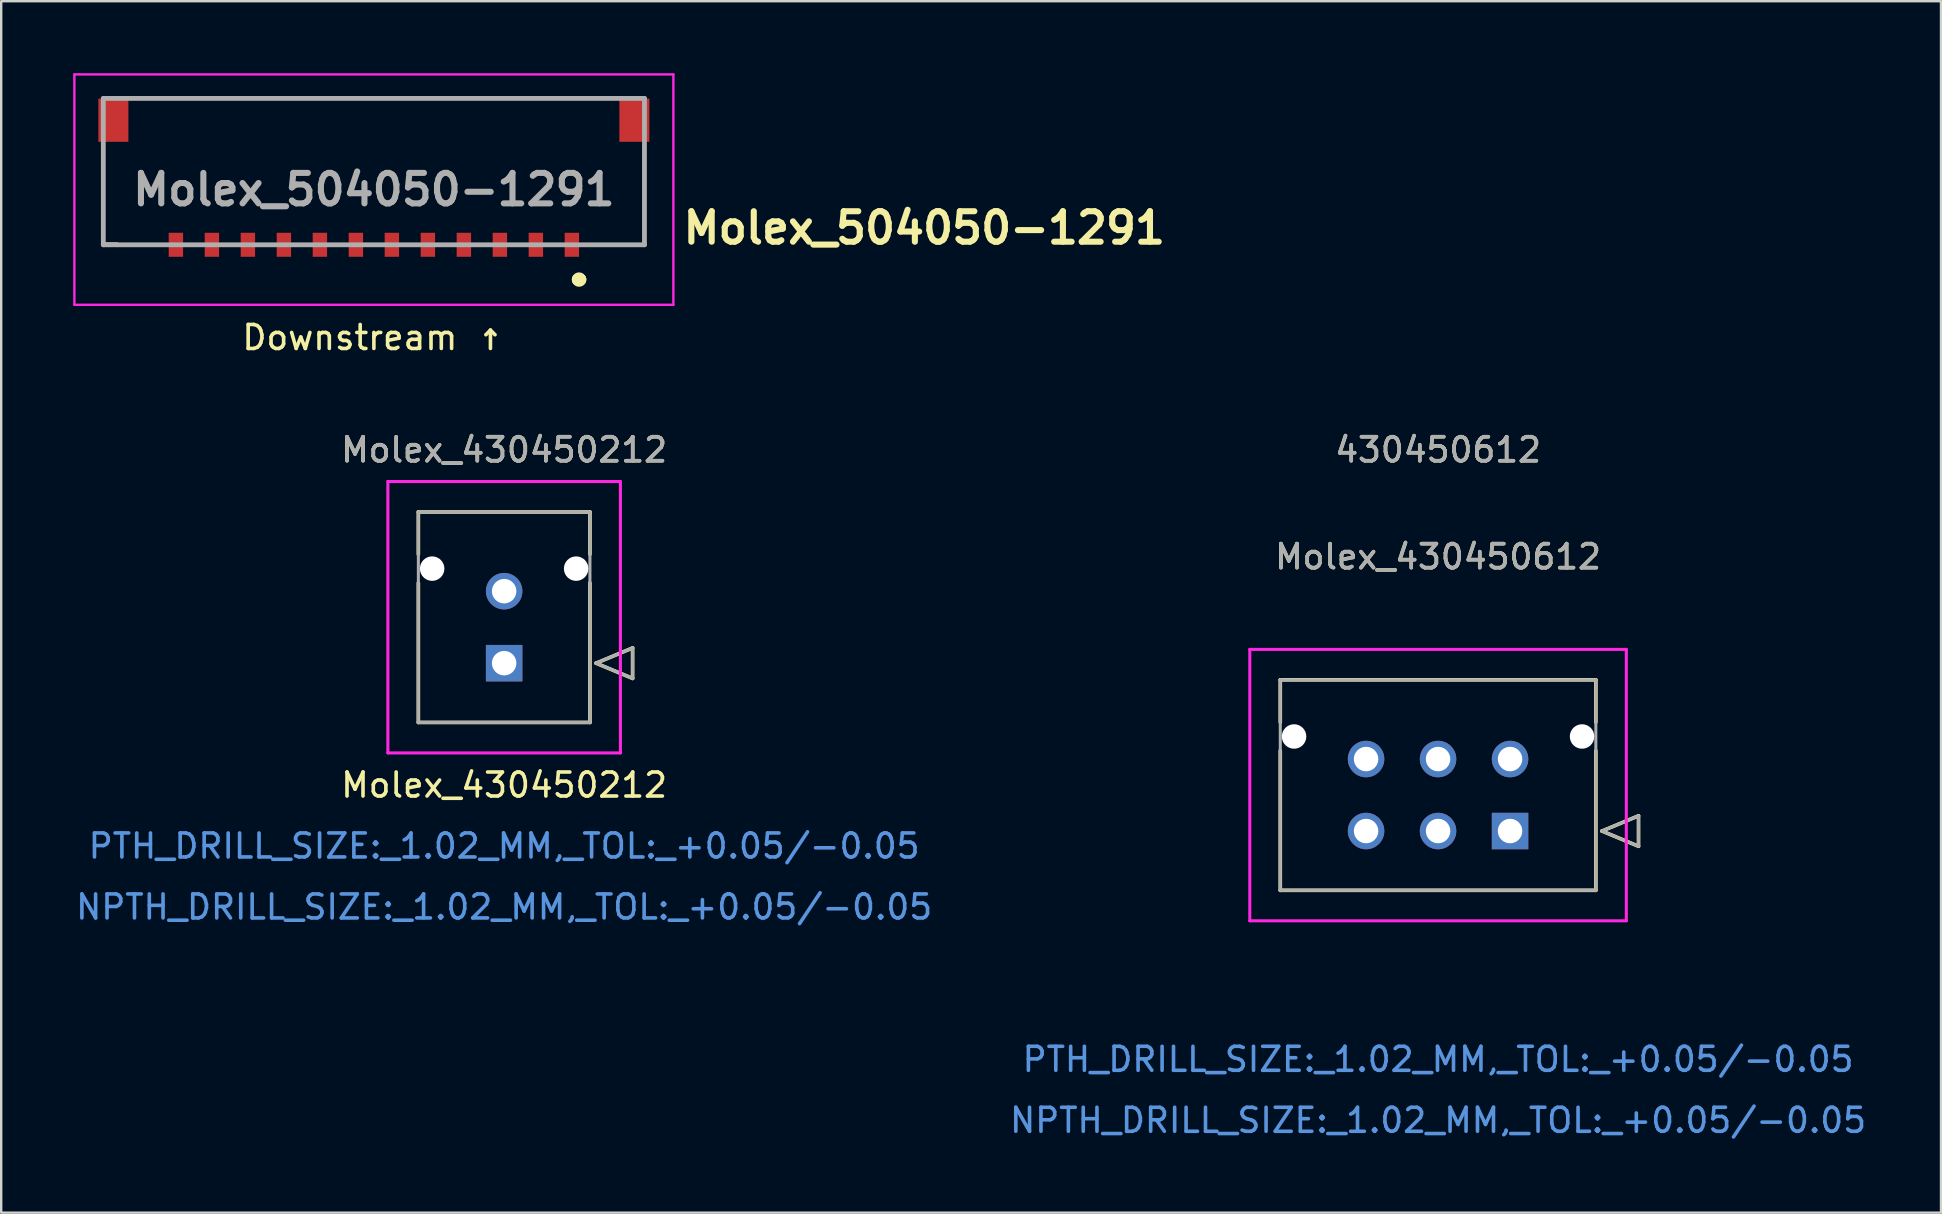
<source format=kicad_pcb>
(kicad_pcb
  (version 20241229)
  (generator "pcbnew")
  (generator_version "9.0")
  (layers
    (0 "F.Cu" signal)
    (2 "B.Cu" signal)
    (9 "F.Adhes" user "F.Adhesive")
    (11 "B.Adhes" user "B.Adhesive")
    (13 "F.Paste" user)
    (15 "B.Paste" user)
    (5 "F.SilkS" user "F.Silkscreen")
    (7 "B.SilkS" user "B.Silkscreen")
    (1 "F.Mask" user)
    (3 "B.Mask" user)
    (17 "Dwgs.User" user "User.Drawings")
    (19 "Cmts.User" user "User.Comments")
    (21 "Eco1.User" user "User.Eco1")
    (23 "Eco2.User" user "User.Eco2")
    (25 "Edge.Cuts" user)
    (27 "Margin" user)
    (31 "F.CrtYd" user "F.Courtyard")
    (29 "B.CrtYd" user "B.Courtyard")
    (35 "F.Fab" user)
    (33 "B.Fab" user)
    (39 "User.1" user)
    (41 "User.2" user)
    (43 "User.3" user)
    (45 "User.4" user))
  (footprint "Molex_430450212"
    (layer "F.Cu")
    (at 17.958 24.585)
    (property "Reference" "Molex_430450212" (at 0 -8.89 0) (unlocked yes) (layer "F.SilkS") (effects (font (size 1 1) (thickness 0.15))))
    (attr through_hole)
    (fp_line (start -3.575 -6.3) (end -3.575 -4.535) (stroke (width 0.152) (type solid)) (layer "F.SilkS"))
    (fp_line (start -3.575 -3.345) (end -3.575 2.47) (stroke (width 0.152) (type solid)) (layer "F.SilkS"))
    (fp_line (start -3.575 2.47) (end 3.575 2.47) (stroke (width 0.152) (type solid)) (layer "F.SilkS"))
    (fp_line (start 3.575 -6.3) (end -3.575 -6.3) (stroke (width 0.152) (type solid)) (layer "F.SilkS"))
    (fp_line (start 3.575 -4.535) (end 3.575 -6.3) (stroke (width 0.152) (type solid)) (layer "F.SilkS"))
    (fp_line (start 3.575 2.47) (end 3.575 -3.345) (stroke (width 0.152) (type solid)) (layer "F.SilkS"))
    (fp_line (start 3.829 0) (end 5.353 -0.635) (stroke (width 0.152) (type solid)) (layer "F.SilkS"))
    (fp_line (start 5.353 -0.635) (end 5.353 0.635) (stroke (width 0.152) (type solid)) (layer "F.SilkS"))
    (fp_line (start 5.353 0.635) (end 3.829 0) (stroke (width 0.152) (type solid)) (layer "F.SilkS"))
    (fp_line (start -4.845 -7.57) (end -4.845 3.74) (stroke (width 0.127) (type solid)) (layer "F.CrtYd"))
    (fp_line (start -4.845 3.74) (end 4.845 3.74) (stroke (width 0.127) (type solid)) (layer "F.CrtYd"))
    (fp_line (start 4.845 -7.57) (end -4.845 -7.57) (stroke (width 0.127) (type solid)) (layer "F.CrtYd"))
    (fp_line (start 4.845 3.74) (end 4.845 -7.57) (stroke (width 0.127) (type solid)) (layer "F.CrtYd"))
    (fp_line (start -3.575 -6.3) (end -3.575 2.47) (stroke (width 0.127) (type solid)) (layer "F.Fab"))
    (fp_line (start -3.575 2.47) (end 3.575 2.47) (stroke (width 0.127) (type solid)) (layer "F.Fab"))
    (fp_line (start 3.575 -6.3) (end -3.575 -6.3) (stroke (width 0.127) (type solid)) (layer "F.Fab"))
    (fp_line (start 3.575 2.47) (end 3.575 -6.3) (stroke (width 0.127) (type solid)) (layer "F.Fab"))
    (fp_line (start 3.829 0) (end 5.353 -0.635) (stroke (width 0.127) (type solid)) (layer "F.Fab"))
    (fp_line (start 5.353 -0.635) (end 5.353 0.635) (stroke (width 0.127) (type solid)) (layer "F.Fab"))
    (fp_line (start 5.353 0.635) (end 3.829 0) (stroke (width 0.127) (type solid)) (layer "F.Fab"))
    (fp_text user "Molex_430450212" (at 0 5.08 0) (unlocked yes) (layer "F.SilkS") (effects (font (size 1 1) (thickness 0.15))))
    (fp_text user "PTH_DRILL_SIZE:_1.02_MM,_TOL:_+0.05/-0.05" (at 0 7.62 0) (unlocked yes) (layer "Cmts.User") (effects (font (size 1 1) (thickness 0.15))))
    (fp_text user "NPTH_DRILL_SIZE:_1.02_MM,_TOL:_+0.05/-0.05" (at 0 10.16 0) (unlocked yes) (layer "Cmts.User") (effects (font (size 1 1) (thickness 0.15))))
    (fp_text user "${REFERENCE}" (at 0 -8.89 0) (unlocked yes) (layer "F.Fab") (effects (font (size 1 1) (thickness 0.15))))
    (pad "" np_thru_hole circle (at -3 -3.94) (size 1.02 1.02) (drill 1.02) (layers "*.Cu" "*.Mask"))
    (pad "" np_thru_hole circle (at 3 -3.94) (size 1.02 1.02) (drill 1.02) (layers "*.Cu" "*.Mask"))
    (pad "1" thru_hole rect (at 0 0) (size 1.52 1.52) (drill 1.02) (layers "*.Cu" "*.Mask"))
    (pad "2" thru_hole circle (at 0 -3) (size 1.52 1.52) (drill 1.02) (layers "*.Cu" "*.Mask")))
  (footprint "Molex_430450612"
    (layer "F.Cu")
    (at 59.875 31.58)
    (property "Reference" "Molex_430450612" (at -3 -11.43 0) (unlocked yes) (layer "F.SilkS") (effects (font (size 1 1) (thickness 0.15))))
    (attr through_hole)
    (fp_line (start -9.575 -6.3) (end -9.575 -4.535) (stroke (width 0.152) (type solid)) (layer "F.SilkS"))
    (fp_line (start -9.575 -3.345) (end -9.575 2.47) (stroke (width 0.152) (type solid)) (layer "F.SilkS"))
    (fp_line (start -9.575 2.47) (end 3.575 2.47) (stroke (width 0.152) (type solid)) (layer "F.SilkS"))
    (fp_line (start 3.575 -6.3) (end -9.575 -6.3) (stroke (width 0.152) (type solid)) (layer "F.SilkS"))
    (fp_line (start 3.575 -4.535) (end 3.575 -6.3) (stroke (width 0.152) (type solid)) (layer "F.SilkS"))
    (fp_line (start 3.575 2.47) (end 3.575 -3.345) (stroke (width 0.152) (type solid)) (layer "F.SilkS"))
    (fp_line (start 3.829 0) (end 5.353 -0.635) (stroke (width 0.152) (type solid)) (layer "F.SilkS"))
    (fp_line (start 5.353 -0.635) (end 5.353 0.635) (stroke (width 0.152) (type solid)) (layer "F.SilkS"))
    (fp_line (start 5.353 0.635) (end 3.829 0) (stroke (width 0.152) (type solid)) (layer "F.SilkS"))
    (fp_line (start -10.845 -7.57) (end -10.845 3.74) (stroke (width 0.127) (type solid)) (layer "F.CrtYd"))
    (fp_line (start -10.845 3.74) (end 4.845 3.74) (stroke (width 0.127) (type solid)) (layer "F.CrtYd"))
    (fp_line (start 4.845 -7.57) (end -10.845 -7.57) (stroke (width 0.127) (type solid)) (layer "F.CrtYd"))
    (fp_line (start 4.845 3.74) (end 4.845 -7.57) (stroke (width 0.127) (type solid)) (layer "F.CrtYd"))
    (fp_line (start -9.575 -6.3) (end -9.575 2.47) (stroke (width 0.127) (type solid)) (layer "F.Fab"))
    (fp_line (start -9.575 2.47) (end 3.575 2.47) (stroke (width 0.127) (type solid)) (layer "F.Fab"))
    (fp_line (start 3.575 -6.3) (end -9.575 -6.3) (stroke (width 0.127) (type solid)) (layer "F.Fab"))
    (fp_line (start 3.575 2.47) (end 3.575 -6.3) (stroke (width 0.127) (type solid)) (layer "F.Fab"))
    (fp_line (start 3.829 0) (end 5.353 -0.635) (stroke (width 0.127) (type solid)) (layer "F.Fab"))
    (fp_line (start 5.353 -0.635) (end 5.353 0.635) (stroke (width 0.127) (type solid)) (layer "F.Fab"))
    (fp_line (start 5.353 0.635) (end 3.829 0) (stroke (width 0.127) (type solid)) (layer "F.Fab"))
    (fp_text user "430450612" (at -3 -15.885 0) (unlocked yes) (layer "F.SilkS") (effects (font (size 1 1) (thickness 0.15))))
    (fp_text user "NPTH_DRILL_SIZE:_1.02_MM,_TOL:_+0.05/-0.05" (at -3 12.055 0) (unlocked yes) (layer "Cmts.User") (effects (font (size 1 1) (thickness 0.15))))
    (fp_text user "PTH_DRILL_SIZE:_1.02_MM,_TOL:_+0.05/-0.05" (at -3 9.515 0) (unlocked yes) (layer "Cmts.User") (effects (font (size 1 1) (thickness 0.15))))
    (fp_text user "${REFERENCE}" (at -3 -11.43 0) (unlocked yes) (layer "F.Fab") (effects (font (size 1 1) (thickness 0.15))))
    (fp_text user "430450612" (at -3 -15.885 0) (unlocked yes) (layer "F.Fab") (effects (font (size 1 1) (thickness 0.15))))
    (pad "" np_thru_hole circle (at -9 -3.94) (size 1.02 1.02) (drill 1.02) (layers "*.Cu" "*.Mask"))
    (pad "" np_thru_hole circle (at 3 -3.94) (size 1.02 1.02) (drill 1.02) (layers "*.Cu" "*.Mask"))
    (pad "1" thru_hole rect (at 0 0) (size 1.52 1.52) (drill 1.02) (layers "*.Cu" "*.Mask"))
    (pad "2" thru_hole circle (at -3 0) (size 1.52 1.52) (drill 1.02) (layers "*.Cu" "*.Mask"))
    (pad "3" thru_hole circle (at -6 0) (size 1.52 1.52) (drill 1.02) (layers "*.Cu" "*.Mask"))
    (pad "4" thru_hole circle (at 0 -3) (size 1.52 1.52) (drill 1.02) (layers "*.Cu" "*.Mask"))
    (pad "5" thru_hole circle (at -3 -3) (size 1.52 1.52) (drill 1.02) (layers "*.Cu" "*.Mask"))
    (pad "6" thru_hole circle (at -6 -3) (size 1.52 1.52) (drill 1.02) (layers "*.Cu" "*.Mask")))
  (footprint "Molex_504050-1291"
    (layer "F.Cu")
    (at 12.53 4.1)
    (property "Reference" "Molex_504050-1291" (at 12.76 3.09 0) (layer "F.SilkS") (effects (font (size 1.27 1.27) (thickness 0.254)) (justify left bottom)))
    (attr smd)
    (fp_line (start -11.275 -1) (end -11.275 3) (stroke (width 0.1) (type solid)) (layer "F.SilkS"))
    (fp_line (start -11.275 3) (end -10.7 3) (stroke (width 0.1) (type solid)) (layer "F.SilkS"))
    (fp_line (start -10 -3.05) (end 10 -3.05) (stroke (width 0.1) (type solid)) (layer "F.SilkS"))
    (fp_line (start 8.5 4.5) (end 8.5 4.5) (stroke (width 0.5) (type solid)) (layer "F.SilkS"))
    (fp_line (start 8.6 4.5) (end 8.6 4.5) (stroke (width 0.5) (type solid)) (layer "F.SilkS"))
    (fp_line (start 11.275 -1) (end 11.275 3.05) (stroke (width 0.1) (type solid)) (layer "F.SilkS"))
    (fp_line (start 11.275 3.05) (end 10.7 3.05) (stroke (width 0.1) (type solid)) (layer "F.SilkS"))
    (fp_arc (start 8.5 4.5) (mid 8.55 4.45) (end 8.6 4.5) (stroke (width 0.5) (type solid)) (layer "F.SilkS"))
    (fp_arc (start 8.6 4.5) (mid 8.55 4.55) (end 8.5 4.5) (stroke (width 0.5) (type solid)) (layer "F.SilkS"))
    (fp_line (start -12.48 -4.05) (end 12.48 -4.05) (stroke (width 0.1) (type solid)) (layer "F.CrtYd"))
    (fp_line (start -12.48 5.55) (end -12.48 -4.05) (stroke (width 0.1) (type solid)) (layer "F.CrtYd"))
    (fp_line (start 12.48 -4.05) (end 12.48 5.55) (stroke (width 0.1) (type solid)) (layer "F.CrtYd"))
    (fp_line (start 12.48 5.55) (end -12.48 5.55) (stroke (width 0.1) (type solid)) (layer "F.CrtYd"))
    (fp_line (start -11.275 -3.05) (end 11.275 -3.05) (stroke (width 0.2) (type solid)) (layer "F.Fab"))
    (fp_line (start -11.275 3.05) (end -11.275 -3.05) (stroke (width 0.2) (type solid)) (layer "F.Fab"))
    (fp_line (start 11.275 -3.05) (end 11.275 3.05) (stroke (width 0.2) (type solid)) (layer "F.Fab"))
    (fp_line (start 11.275 3.05) (end -11.275 3.05) (stroke (width 0.2) (type solid)) (layer "F.Fab"))
    (fp_text user "Downstream ↑" (at 0 7.5 0) (layer "F.SilkS") (effects (font (size 1 1) (thickness 0.15)) (justify bottom)))
    (fp_text user "${REFERENCE}" (at 0 0.75 0) (layer "F.Fab") (effects (font (size 1.27 1.27) (thickness 0.254))))
    (pad "1" smd rect (at 8.25 3.05) (size 0.6 1) (layers "F.Cu" "F.Mask" "F.Paste"))
    (pad "2" smd rect (at 6.75 3.05) (size 0.6 1) (layers "F.Cu" "F.Mask" "F.Paste"))
    (pad "3" smd rect (at 5.25 3.05) (size 0.6 1) (layers "F.Cu" "F.Mask" "F.Paste"))
    (pad "4" smd rect (at 3.75 3.05) (size 0.6 1) (layers "F.Cu" "F.Mask" "F.Paste"))
    (pad "5" smd rect (at 2.25 3.05) (size 0.6 1) (layers "F.Cu" "F.Mask" "F.Paste"))
    (pad "6" smd rect (at 0.75 3.05) (size 0.6 1) (layers "F.Cu" "F.Mask" "F.Paste"))
    (pad "7" smd rect (at -0.75 3.05) (size 0.6 1) (layers "F.Cu" "F.Mask" "F.Paste"))
    (pad "8" smd rect (at -2.25 3.05) (size 0.6 1) (layers "F.Cu" "F.Mask" "F.Paste"))
    (pad "9" smd rect (at -3.75 3.05) (size 0.6 1) (layers "F.Cu" "F.Mask" "F.Paste"))
    (pad "10" smd rect (at -5.25 3.05) (size 0.6 1) (layers "F.Cu" "F.Mask" "F.Paste"))
    (pad "11" smd rect (at -6.75 3.05) (size 0.6 1) (layers "F.Cu" "F.Mask" "F.Paste"))
    (pad "12" smd rect (at -8.25 3.05) (size 0.6 1) (layers "F.Cu" "F.Mask" "F.Paste"))
    (pad "MP1" smd rect (at -10.855 -2.14) (size 1.25 1.8) (layers "F.Cu" "F.Mask" "F.Paste"))
    (pad "MP2" smd rect (at 10.855 -2.14) (size 1.25 1.8) (layers "F.Cu" "F.Mask" "F.Paste")))
  (gr_rect
    (start -3 -3)
    (end 77.833 47.483)
    (stroke (width 0.1) (type default))
    (fill no)
    (layer "Edge.Cuts")))
</source>
